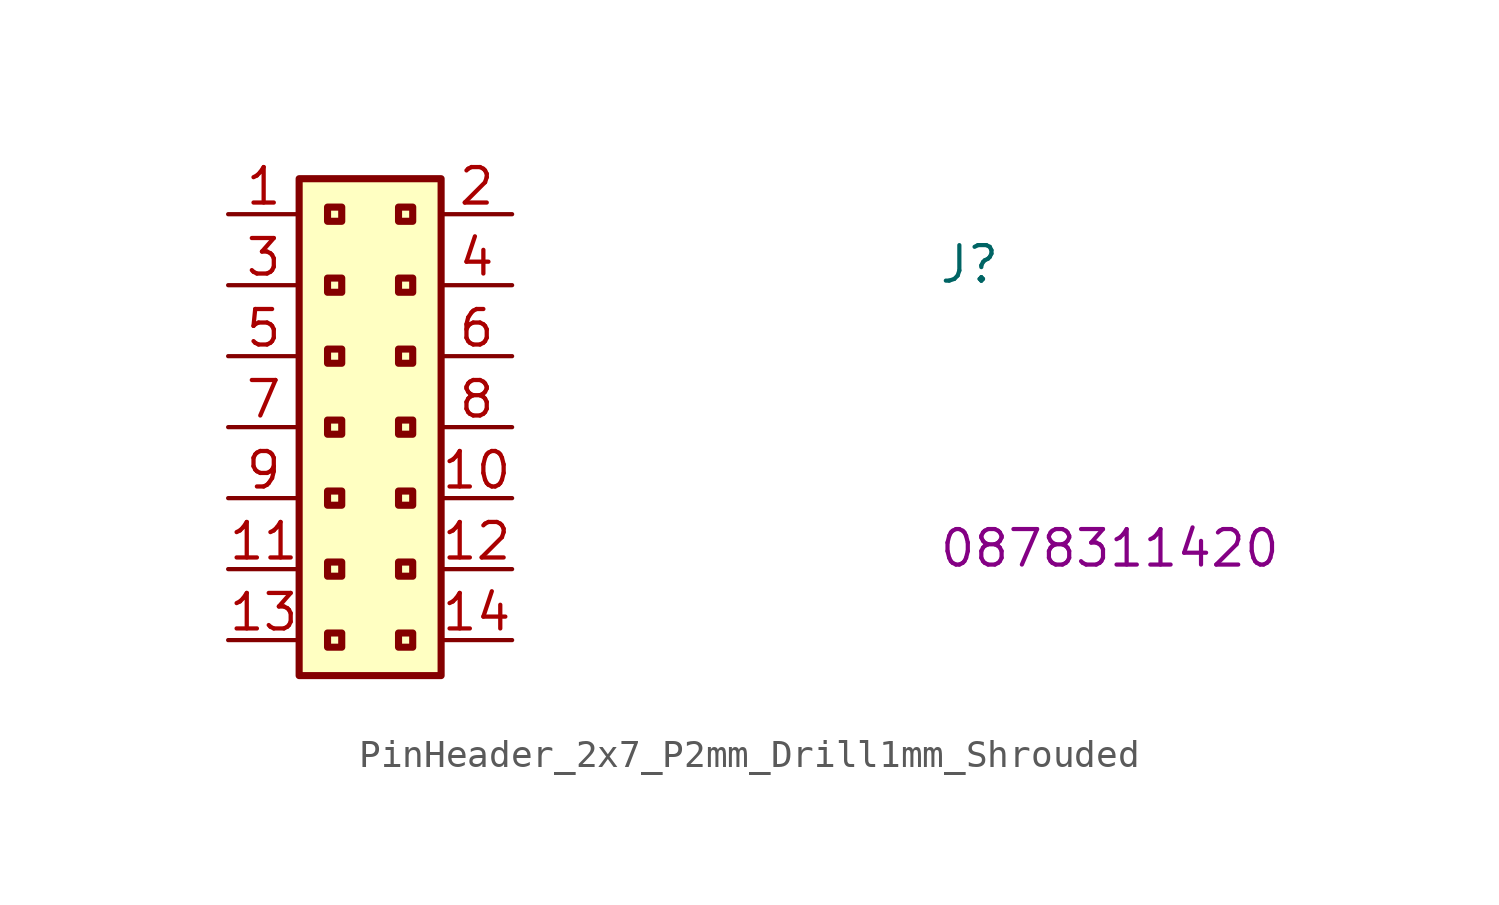
<source format=kicad_sym>
(kicad_symbol_lib
  (version 20220914)
  (generator kicad_symbol_editor)
  (symbol "PinHeader_2x7_P2mm_Drill1mm_Shrouded"
    (property "Reference" "J"
      (at 25.4 -2.54 0)
      (effects (font (size 1.27 1.27) (thickness 0.15)) (justify left bottom)))
    (property "MPN" "0878311420"
      (at 25.4 -12.7 0)
      (effects (font (size 1.27 1.27) (thickness 0.15)) (justify left bottom)))
    (symbol "PinHeader_2x7_P2mm_Drill1mm_Shrouded_1_1"
      (rectangle (start 2.54 1.27) (end 7.62 -16.51) (stroke (width 0.254) (type default)) (fill (type background)))
      (rectangle (start 3.556 -14.986) (end 4.064 -15.494) (stroke (width 0.254) (type default)) (fill (type background)))
      (rectangle (start 3.556 -12.446) (end 4.064 -12.954) (stroke (width 0.254) (type default)) (fill (type background)))
      (rectangle (start 3.556 -9.906) (end 4.064 -10.414) (stroke (width 0.254) (type default)) (fill (type background)))
      (rectangle (start 3.556 -7.366) (end 4.064 -7.874) (stroke (width 0.254) (type default)) (fill (type background)))
      (rectangle (start 3.556 -4.826) (end 4.064 -5.334) (stroke (width 0.254) (type default)) (fill (type background)))
      (rectangle (start 3.556 -2.286) (end 4.064 -2.794) (stroke (width 0.254) (type default)) (fill (type background)))
      (rectangle (start 3.556 0.254) (end 4.064 -0.254) (stroke (width 0.254) (type default)) (fill (type background)))
      (rectangle (start 6.096 -14.986) (end 6.604 -15.494) (stroke (width 0.254) (type default)) (fill (type background)))
      (rectangle (start 6.096 -12.446) (end 6.604 -12.954) (stroke (width 0.254) (type default)) (fill (type background)))
      (rectangle (start 6.096 -9.906) (end 6.604 -10.414) (stroke (width 0.254) (type default)) (fill (type background)))
      (rectangle (start 6.096 -7.366) (end 6.604 -7.874) (stroke (width 0.254) (type default)) (fill (type background)))
      (rectangle (start 6.096 -4.826) (end 6.604 -5.334) (stroke (width 0.254) (type default)) (fill (type background)))
      (rectangle (start 6.096 -2.286) (end 6.604 -2.794) (stroke (width 0.254) (type default)) (fill (type background)))
      (rectangle (start 6.096 0.254) (end 6.604 -0.254) (stroke (width 0.254) (type default)) (fill (type background)))
      (pin passive line (at 0 0 0) (length 2.54) (name "~" (effects (font (size 1.27 1.27)))) (number "1" (effects (font (size 1.27 1.27)))))
      (pin passive line (at 10.16 -10.16 180) (length 2.54) (name "~" (effects (font (size 1.27 1.27)))) (number "10" (effects (font (size 1.27 1.27)))))
      (pin passive line (at 0 -12.7 0) (length 2.54) (name "~" (effects (font (size 1.27 1.27)))) (number "11" (effects (font (size 1.27 1.27)))))
      (pin passive line (at 10.16 -12.7 180) (length 2.54) (name "~" (effects (font (size 1.27 1.27)))) (number "12" (effects (font (size 1.27 1.27)))))
      (pin passive line (at 0 -15.24 0) (length 2.54) (name "~" (effects (font (size 1.27 1.27)))) (number "13" (effects (font (size 1.27 1.27)))))
      (pin passive line (at 10.16 -15.24 180) (length 2.54) (name "~" (effects (font (size 1.27 1.27)))) (number "14" (effects (font (size 1.27 1.27)))))
      (pin passive line (at 10.16 0 180) (length 2.54) (name "~" (effects (font (size 1.27 1.27)))) (number "2" (effects (font (size 1.27 1.27)))))
      (pin passive line (at 0 -2.54 0) (length 2.54) (name "~" (effects (font (size 1.27 1.27)))) (number "3" (effects (font (size 1.27 1.27)))))
      (pin passive line (at 10.16 -2.54 180) (length 2.54) (name "~" (effects (font (size 1.27 1.27)))) (number "4" (effects (font (size 1.27 1.27)))))
      (pin passive line (at 0 -5.08 0) (length 2.54) (name "~" (effects (font (size 1.27 1.27)))) (number "5" (effects (font (size 1.27 1.27)))))
      (pin passive line (at 10.16 -5.08 180) (length 2.54) (name "~" (effects (font (size 1.27 1.27)))) (number "6" (effects (font (size 1.27 1.27)))))
      (pin passive line (at 0 -7.62 0) (length 2.54) (name "~" (effects (font (size 1.27 1.27)))) (number "7" (effects (font (size 1.27 1.27)))))
      (pin passive line (at 10.16 -7.62 180) (length 2.54) (name "~" (effects (font (size 1.27 1.27)))) (number "8" (effects (font (size 1.27 1.27)))))
      (pin passive line (at 0 -10.16 0) (length 2.54) (name "~" (effects (font (size 1.27 1.27)))) (number "9" (effects (font (size 1.27 1.27))))))))
</source>
